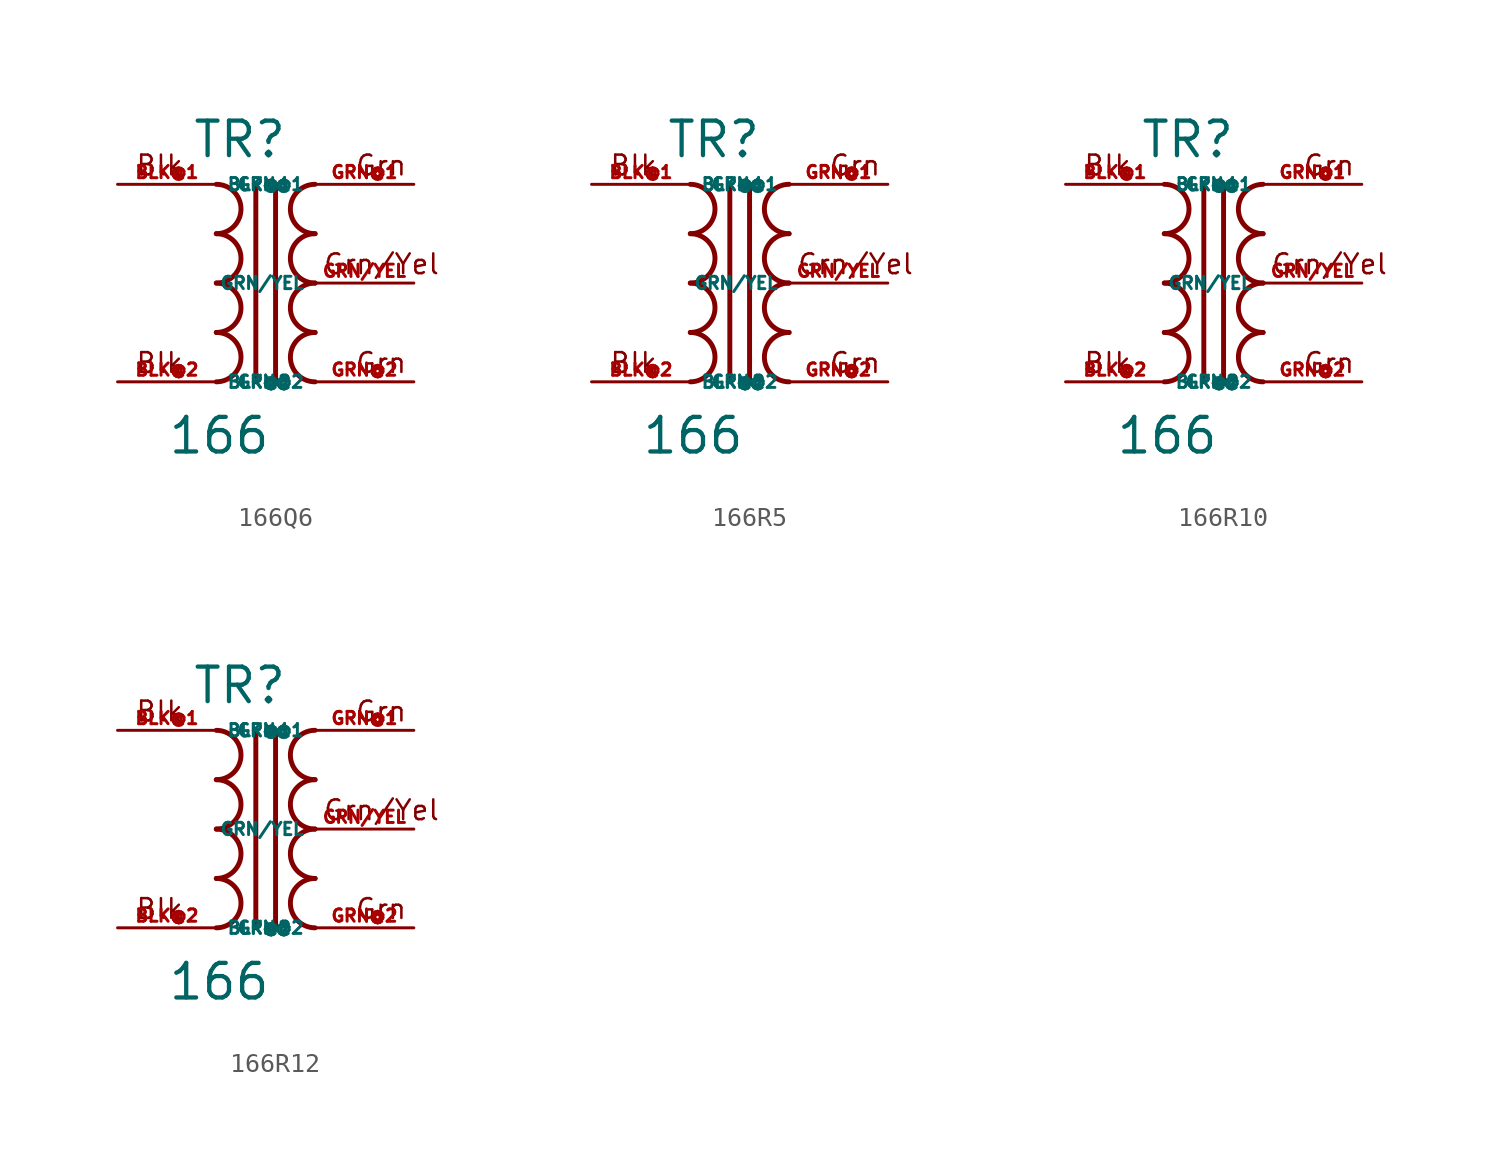
<source format=kicad_sym>
(kicad_symbol_lib
  (version 20220914)
  (generator Eagle2Kicad)
  (symbol "166Q6"
    (property "Reference" "TR"
      (at -3.81 6.35 0)
      (effects (font (size 1.778 1.778) (thickness 0.22)) (justify left bottom)))
    (property "Value" "166"
      (at -5.08 -8.89 0)
      (effects (font (size 1.778 1.778) (thickness 0.22)) (justify left bottom)))
    (polyline
      (pts (xy -0.508 5.08) (xy -0.508 -5.08))
      (stroke (width 0.254) (type default))
      (fill (type none)))
    (arc
      (start -2.54 0)
      (mid -1.270 1.270)
      (end -2.54 2.54)
      (stroke (width 0.254) (type default))
      (fill (type none)))
    (arc
      (start -2.54 -2.54)
      (mid -1.270 -1.270)
      (end -2.54 0)
      (stroke (width 0.254) (type default))
      (fill (type none)))
    (arc
      (start -2.54 -5.08)
      (mid -1.270 -3.810)
      (end -2.54 -2.54)
      (stroke (width 0.254) (type default))
      (fill (type none)))
    (arc
      (start -2.54 2.54)
      (mid -1.270 3.810)
      (end -2.54 5.08)
      (stroke (width 0.254) (type default))
      (fill (type none)))
    (arc
      (start 2.54 2.54)
      (mid 1.270 1.270)
      (end 2.54 0)
      (stroke (width 0.254) (type default))
      (fill (type none)))
    (arc
      (start 2.54 5.08)
      (mid 1.270 3.810)
      (end 2.54 2.54)
      (stroke (width 0.254) (type default))
      (fill (type none)))
    (arc
      (start 2.54 0)
      (mid 1.270 -1.270)
      (end 2.54 -2.54)
      (stroke (width 0.254) (type default))
      (fill (type none)))
    (arc
      (start 2.54 -2.54)
      (mid 1.270 -3.810)
      (end 2.54 -5.08)
      (stroke (width 0.254) (type default))
      (fill (type none)))
    (polyline
      (pts (xy 0.508 5.08) (xy 0.508 -5.08))
      (stroke (width 0.254) (type default))
      (fill (type none)))
    (text "Blk"
      (at -6.731 5.461 0)
      (effects (font (size 1.016 1.016) (thickness 0.13)) (justify left bottom)))
    (text "Blk"
      (at -6.731 -4.699 0)
      (effects (font (size 1.016 1.016) (thickness 0.13)) (justify left bottom)))
    (text "Grn"
      (at 4.572 5.461 0)
      (effects (font (size 1.016 1.016) (thickness 0.13)) (justify left bottom)))
    (text "Grn"
      (at 4.572 -4.699 0)
      (effects (font (size 1.016 1.016) (thickness 0.13)) (justify left bottom)))
    (text "Grn/Yel"
      (at 2.921 0.381 0)
      (effects (font (size 1.016 1.016) (thickness 0.13)) (justify left bottom)))
    (pin passive line
      (at -7.62 5.08 0)
      (length 5.08)
      (name "BLK@1" (effects (font (size 0.635 0.635) (thickness 0.08)) (justify left bottom)))
      (number "BLK@1" (effects (font (size 0.635 0.635) (thickness 0.08)) (justify left bottom))))
    (pin passive line
      (at -7.62 -5.08 0)
      (length 5.08)
      (name "BLK@2" (effects (font (size 0.635 0.635) (thickness 0.08)) (justify left bottom)))
      (number "BLK@2" (effects (font (size 0.635 0.635) (thickness 0.08)) (justify left bottom))))
    (pin passive line
      (at 7.62 5.08 180)
      (length 5.08)
      (name "GRN@1" (effects (font (size 0.635 0.635) (thickness 0.08)) (justify left bottom)))
      (number "GRN@1" (effects (font (size 0.635 0.635) (thickness 0.08)) (justify left bottom))))
    (pin passive line
      (at 7.62 0 180)
      (length 5.08)
      (name "GRN/YEL" (effects (font (size 0.635 0.635) (thickness 0.08)) (justify left bottom)))
      (number "GRN/YEL" (effects (font (size 0.635 0.635) (thickness 0.08)) (justify left bottom))))
    (pin passive line
      (at 7.62 -5.08 180)
      (length 5.08)
      (name "GRN@2" (effects (font (size 0.635 0.635) (thickness 0.08)) (justify left bottom)))
      (number "GRN@2" (effects (font (size 0.635 0.635) (thickness 0.08)) (justify left bottom)))))
  (symbol "166R5"
    (property "Reference" "TR"
      (at -3.81 6.35 0)
      (effects (font (size 1.778 1.778) (thickness 0.22)) (justify left bottom)))
    (property "Value" "166"
      (at -5.08 -8.89 0)
      (effects (font (size 1.778 1.778) (thickness 0.22)) (justify left bottom)))
    (polyline
      (pts (xy -0.508 5.08) (xy -0.508 -5.08))
      (stroke (width 0.254) (type default))
      (fill (type none)))
    (arc
      (start -2.54 0)
      (mid -1.270 1.270)
      (end -2.54 2.54)
      (stroke (width 0.254) (type default))
      (fill (type none)))
    (arc
      (start -2.54 -2.54)
      (mid -1.270 -1.270)
      (end -2.54 0)
      (stroke (width 0.254) (type default))
      (fill (type none)))
    (arc
      (start -2.54 -5.08)
      (mid -1.270 -3.810)
      (end -2.54 -2.54)
      (stroke (width 0.254) (type default))
      (fill (type none)))
    (arc
      (start -2.54 2.54)
      (mid -1.270 3.810)
      (end -2.54 5.08)
      (stroke (width 0.254) (type default))
      (fill (type none)))
    (arc
      (start 2.54 2.54)
      (mid 1.270 1.270)
      (end 2.54 0)
      (stroke (width 0.254) (type default))
      (fill (type none)))
    (arc
      (start 2.54 5.08)
      (mid 1.270 3.810)
      (end 2.54 2.54)
      (stroke (width 0.254) (type default))
      (fill (type none)))
    (arc
      (start 2.54 0)
      (mid 1.270 -1.270)
      (end 2.54 -2.54)
      (stroke (width 0.254) (type default))
      (fill (type none)))
    (arc
      (start 2.54 -2.54)
      (mid 1.270 -3.810)
      (end 2.54 -5.08)
      (stroke (width 0.254) (type default))
      (fill (type none)))
    (polyline
      (pts (xy 0.508 5.08) (xy 0.508 -5.08))
      (stroke (width 0.254) (type default))
      (fill (type none)))
    (text "Blk"
      (at -6.731 5.461 0)
      (effects (font (size 1.016 1.016) (thickness 0.13)) (justify left bottom)))
    (text "Blk"
      (at -6.731 -4.699 0)
      (effects (font (size 1.016 1.016) (thickness 0.13)) (justify left bottom)))
    (text "Grn"
      (at 4.572 5.461 0)
      (effects (font (size 1.016 1.016) (thickness 0.13)) (justify left bottom)))
    (text "Grn"
      (at 4.572 -4.699 0)
      (effects (font (size 1.016 1.016) (thickness 0.13)) (justify left bottom)))
    (text "Grn/Yel"
      (at 2.921 0.381 0)
      (effects (font (size 1.016 1.016) (thickness 0.13)) (justify left bottom)))
    (pin passive line
      (at -7.62 5.08 0)
      (length 5.08)
      (name "BLK@1" (effects (font (size 0.635 0.635) (thickness 0.08)) (justify left bottom)))
      (number "BLK@1" (effects (font (size 0.635 0.635) (thickness 0.08)) (justify left bottom))))
    (pin passive line
      (at -7.62 -5.08 0)
      (length 5.08)
      (name "BLK@2" (effects (font (size 0.635 0.635) (thickness 0.08)) (justify left bottom)))
      (number "BLK@2" (effects (font (size 0.635 0.635) (thickness 0.08)) (justify left bottom))))
    (pin passive line
      (at 7.62 5.08 180)
      (length 5.08)
      (name "GRN@1" (effects (font (size 0.635 0.635) (thickness 0.08)) (justify left bottom)))
      (number "GRN@1" (effects (font (size 0.635 0.635) (thickness 0.08)) (justify left bottom))))
    (pin passive line
      (at 7.62 0 180)
      (length 5.08)
      (name "GRN/YEL" (effects (font (size 0.635 0.635) (thickness 0.08)) (justify left bottom)))
      (number "GRN/YEL" (effects (font (size 0.635 0.635) (thickness 0.08)) (justify left bottom))))
    (pin passive line
      (at 7.62 -5.08 180)
      (length 5.08)
      (name "GRN@2" (effects (font (size 0.635 0.635) (thickness 0.08)) (justify left bottom)))
      (number "GRN@2" (effects (font (size 0.635 0.635) (thickness 0.08)) (justify left bottom)))))
  (symbol "166R10"
    (property "Reference" "TR"
      (at -3.81 6.35 0)
      (effects (font (size 1.778 1.778) (thickness 0.22)) (justify left bottom)))
    (property "Value" "166"
      (at -5.08 -8.89 0)
      (effects (font (size 1.778 1.778) (thickness 0.22)) (justify left bottom)))
    (polyline
      (pts (xy -0.508 5.08) (xy -0.508 -5.08))
      (stroke (width 0.254) (type default))
      (fill (type none)))
    (arc
      (start -2.54 0)
      (mid -1.270 1.270)
      (end -2.54 2.54)
      (stroke (width 0.254) (type default))
      (fill (type none)))
    (arc
      (start -2.54 -2.54)
      (mid -1.270 -1.270)
      (end -2.54 0)
      (stroke (width 0.254) (type default))
      (fill (type none)))
    (arc
      (start -2.54 -5.08)
      (mid -1.270 -3.810)
      (end -2.54 -2.54)
      (stroke (width 0.254) (type default))
      (fill (type none)))
    (arc
      (start -2.54 2.54)
      (mid -1.270 3.810)
      (end -2.54 5.08)
      (stroke (width 0.254) (type default))
      (fill (type none)))
    (arc
      (start 2.54 2.54)
      (mid 1.270 1.270)
      (end 2.54 0)
      (stroke (width 0.254) (type default))
      (fill (type none)))
    (arc
      (start 2.54 5.08)
      (mid 1.270 3.810)
      (end 2.54 2.54)
      (stroke (width 0.254) (type default))
      (fill (type none)))
    (arc
      (start 2.54 0)
      (mid 1.270 -1.270)
      (end 2.54 -2.54)
      (stroke (width 0.254) (type default))
      (fill (type none)))
    (arc
      (start 2.54 -2.54)
      (mid 1.270 -3.810)
      (end 2.54 -5.08)
      (stroke (width 0.254) (type default))
      (fill (type none)))
    (polyline
      (pts (xy 0.508 5.08) (xy 0.508 -5.08))
      (stroke (width 0.254) (type default))
      (fill (type none)))
    (text "Blk"
      (at -6.731 5.461 0)
      (effects (font (size 1.016 1.016) (thickness 0.13)) (justify left bottom)))
    (text "Blk"
      (at -6.731 -4.699 0)
      (effects (font (size 1.016 1.016) (thickness 0.13)) (justify left bottom)))
    (text "Grn"
      (at 4.572 5.461 0)
      (effects (font (size 1.016 1.016) (thickness 0.13)) (justify left bottom)))
    (text "Grn"
      (at 4.572 -4.699 0)
      (effects (font (size 1.016 1.016) (thickness 0.13)) (justify left bottom)))
    (text "Grn/Yel"
      (at 2.921 0.381 0)
      (effects (font (size 1.016 1.016) (thickness 0.13)) (justify left bottom)))
    (pin passive line
      (at -7.62 5.08 0)
      (length 5.08)
      (name "BLK@1" (effects (font (size 0.635 0.635) (thickness 0.08)) (justify left bottom)))
      (number "BLK@1" (effects (font (size 0.635 0.635) (thickness 0.08)) (justify left bottom))))
    (pin passive line
      (at -7.62 -5.08 0)
      (length 5.08)
      (name "BLK@2" (effects (font (size 0.635 0.635) (thickness 0.08)) (justify left bottom)))
      (number "BLK@2" (effects (font (size 0.635 0.635) (thickness 0.08)) (justify left bottom))))
    (pin passive line
      (at 7.62 5.08 180)
      (length 5.08)
      (name "GRN@1" (effects (font (size 0.635 0.635) (thickness 0.08)) (justify left bottom)))
      (number "GRN@1" (effects (font (size 0.635 0.635) (thickness 0.08)) (justify left bottom))))
    (pin passive line
      (at 7.62 0 180)
      (length 5.08)
      (name "GRN/YEL" (effects (font (size 0.635 0.635) (thickness 0.08)) (justify left bottom)))
      (number "GRN/YEL" (effects (font (size 0.635 0.635) (thickness 0.08)) (justify left bottom))))
    (pin passive line
      (at 7.62 -5.08 180)
      (length 5.08)
      (name "GRN@2" (effects (font (size 0.635 0.635) (thickness 0.08)) (justify left bottom)))
      (number "GRN@2" (effects (font (size 0.635 0.635) (thickness 0.08)) (justify left bottom)))))
  (symbol "166R12"
    (property "Reference" "TR"
      (at -3.81 6.35 0)
      (effects (font (size 1.778 1.778) (thickness 0.22)) (justify left bottom)))
    (property "Value" "166"
      (at -5.08 -8.89 0)
      (effects (font (size 1.778 1.778) (thickness 0.22)) (justify left bottom)))
    (polyline
      (pts (xy -0.508 5.08) (xy -0.508 -5.08))
      (stroke (width 0.254) (type default))
      (fill (type none)))
    (arc
      (start -2.54 0)
      (mid -1.270 1.270)
      (end -2.54 2.54)
      (stroke (width 0.254) (type default))
      (fill (type none)))
    (arc
      (start -2.54 -2.54)
      (mid -1.270 -1.270)
      (end -2.54 0)
      (stroke (width 0.254) (type default))
      (fill (type none)))
    (arc
      (start -2.54 -5.08)
      (mid -1.270 -3.810)
      (end -2.54 -2.54)
      (stroke (width 0.254) (type default))
      (fill (type none)))
    (arc
      (start -2.54 2.54)
      (mid -1.270 3.810)
      (end -2.54 5.08)
      (stroke (width 0.254) (type default))
      (fill (type none)))
    (arc
      (start 2.54 2.54)
      (mid 1.270 1.270)
      (end 2.54 0)
      (stroke (width 0.254) (type default))
      (fill (type none)))
    (arc
      (start 2.54 5.08)
      (mid 1.270 3.810)
      (end 2.54 2.54)
      (stroke (width 0.254) (type default))
      (fill (type none)))
    (arc
      (start 2.54 0)
      (mid 1.270 -1.270)
      (end 2.54 -2.54)
      (stroke (width 0.254) (type default))
      (fill (type none)))
    (arc
      (start 2.54 -2.54)
      (mid 1.270 -3.810)
      (end 2.54 -5.08)
      (stroke (width 0.254) (type default))
      (fill (type none)))
    (polyline
      (pts (xy 0.508 5.08) (xy 0.508 -5.08))
      (stroke (width 0.254) (type default))
      (fill (type none)))
    (text "Blk"
      (at -6.731 5.461 0)
      (effects (font (size 1.016 1.016) (thickness 0.13)) (justify left bottom)))
    (text "Blk"
      (at -6.731 -4.699 0)
      (effects (font (size 1.016 1.016) (thickness 0.13)) (justify left bottom)))
    (text "Grn"
      (at 4.572 5.461 0)
      (effects (font (size 1.016 1.016) (thickness 0.13)) (justify left bottom)))
    (text "Grn"
      (at 4.572 -4.699 0)
      (effects (font (size 1.016 1.016) (thickness 0.13)) (justify left bottom)))
    (text "Grn/Yel"
      (at 2.921 0.381 0)
      (effects (font (size 1.016 1.016) (thickness 0.13)) (justify left bottom)))
    (pin passive line
      (at -7.62 5.08 0)
      (length 5.08)
      (name "BLK@1" (effects (font (size 0.635 0.635) (thickness 0.08)) (justify left bottom)))
      (number "BLK@1" (effects (font (size 0.635 0.635) (thickness 0.08)) (justify left bottom))))
    (pin passive line
      (at -7.62 -5.08 0)
      (length 5.08)
      (name "BLK@2" (effects (font (size 0.635 0.635) (thickness 0.08)) (justify left bottom)))
      (number "BLK@2" (effects (font (size 0.635 0.635) (thickness 0.08)) (justify left bottom))))
    (pin passive line
      (at 7.62 5.08 180)
      (length 5.08)
      (name "GRN@1" (effects (font (size 0.635 0.635) (thickness 0.08)) (justify left bottom)))
      (number "GRN@1" (effects (font (size 0.635 0.635) (thickness 0.08)) (justify left bottom))))
    (pin passive line
      (at 7.62 0 180)
      (length 5.08)
      (name "GRN/YEL" (effects (font (size 0.635 0.635) (thickness 0.08)) (justify left bottom)))
      (number "GRN/YEL" (effects (font (size 0.635 0.635) (thickness 0.08)) (justify left bottom))))
    (pin passive line
      (at 7.62 -5.08 180)
      (length 5.08)
      (name "GRN@2" (effects (font (size 0.635 0.635) (thickness 0.08)) (justify left bottom)))
      (number "GRN@2" (effects (font (size 0.635 0.635) (thickness 0.08)) (justify left bottom))))))
</source>
